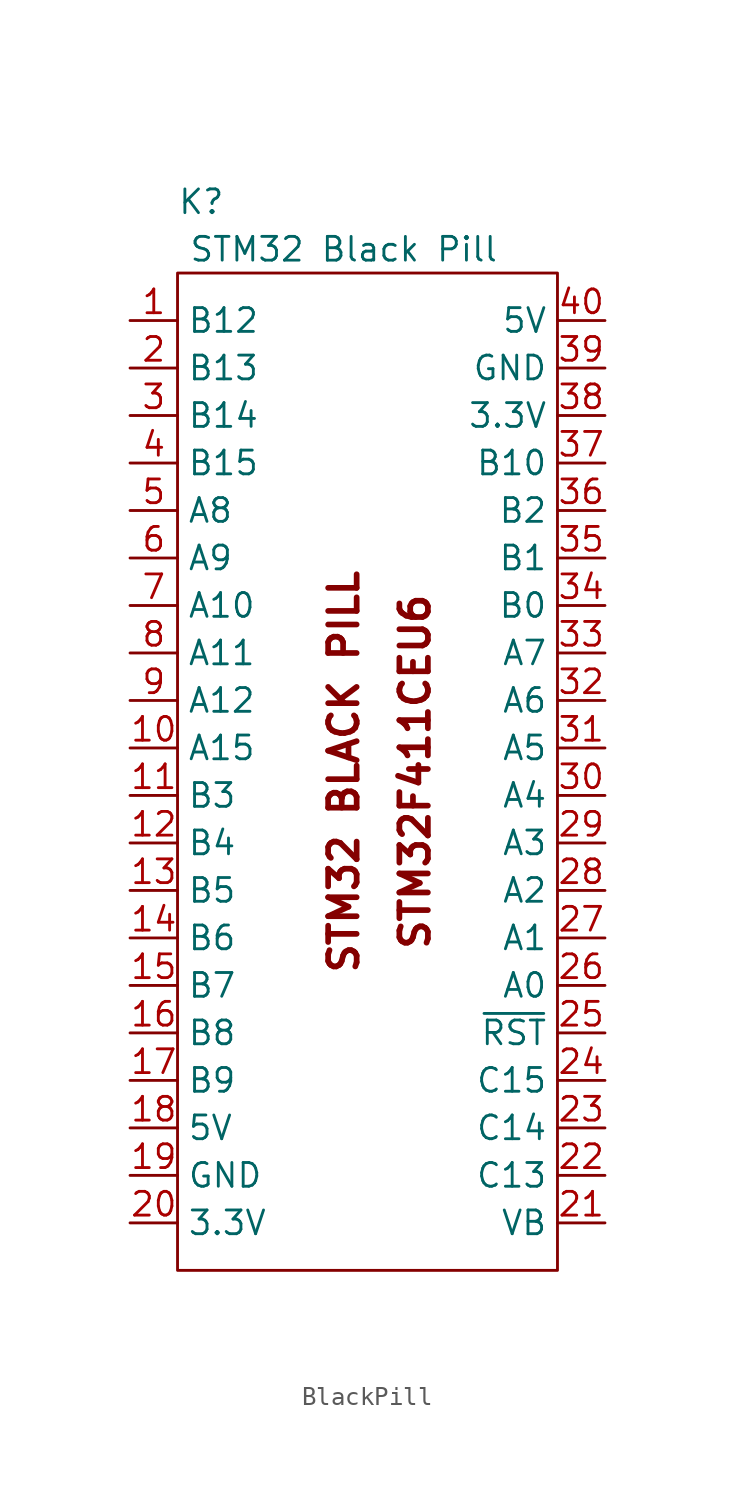
<source format=kicad_sym>
(kicad_symbol_lib
  (version 20220914)
  (generator kicad_symbol_editor)
  (symbol "BlackPill"
    (property "Reference" "K"
      (at -8.89 30.48 0)
      (effects (font (size 1.27 1.27))))
    (property "Value" "STM32 Black Pill"
      (at -1.27 27.94 0)
      (effects (font (size 1.27 1.27))))
    (symbol "BlackPill_1_1"
      (rectangle (start -10.16 26.67) (end 10.16 -26.67) (stroke (width 0) (type default)) (fill (type none)))
      (text "STM32 BLACK PILL" (at -1.27 0 900) (effects (font (size 1.524 1.524) bold)))
      (text "STM32F411CEU6" (at 2.54 0 900) (effects (font (size 1.524 1.524) bold)))
      (pin bidirectional line (at -12.7 24.13 0) (length 2.54) (name "B12" (effects (font (size 1.27 1.27)))) (number "1" (effects (font (size 1.27 1.27)))))
      (pin bidirectional line (at -12.7 1.27 0) (length 2.54) (name "A15" (effects (font (size 1.27 1.27)))) (number "10" (effects (font (size 1.27 1.27)))))
      (pin bidirectional line (at -12.7 -1.27 0) (length 2.54) (name "B3" (effects (font (size 1.27 1.27)))) (number "11" (effects (font (size 1.27 1.27)))))
      (pin bidirectional line (at -12.7 -3.81 0) (length 2.54) (name "B4" (effects (font (size 1.27 1.27)))) (number "12" (effects (font (size 1.27 1.27)))))
      (pin bidirectional line (at -12.7 -6.35 0) (length 2.54) (name "B5" (effects (font (size 1.27 1.27)))) (number "13" (effects (font (size 1.27 1.27)))))
      (pin bidirectional line (at -12.7 -8.89 0) (length 2.54) (name "B6" (effects (font (size 1.27 1.27)))) (number "14" (effects (font (size 1.27 1.27)))))
      (pin bidirectional line (at -12.7 -11.43 0) (length 2.54) (name "B7" (effects (font (size 1.27 1.27)))) (number "15" (effects (font (size 1.27 1.27)))))
      (pin bidirectional line (at -12.7 -13.97 0) (length 2.54) (name "B8" (effects (font (size 1.27 1.27)))) (number "16" (effects (font (size 1.27 1.27)))))
      (pin bidirectional line (at -12.7 -16.51 0) (length 2.54) (name "B9" (effects (font (size 1.27 1.27)))) (number "17" (effects (font (size 1.27 1.27)))))
      (pin power_in line (at -12.7 -19.05 0) (length 2.54) (name "5V" (effects (font (size 1.27 1.27)))) (number "18" (effects (font (size 1.27 1.27)))))
      (pin passive line (at -12.7 -21.59 0) (length 2.54) (name "GND" (effects (font (size 1.27 1.27)))) (number "19" (effects (font (size 1.27 1.27)))))
      (pin bidirectional line (at -12.7 21.59 0) (length 2.54) (name "B13" (effects (font (size 1.27 1.27)))) (number "2" (effects (font (size 1.27 1.27)))))
      (pin power_in line (at -12.7 -24.13 0) (length 2.54) (name "3.3V" (effects (font (size 1.27 1.27)))) (number "20" (effects (font (size 1.27 1.27)))))
      (pin power_in line (at 12.7 -24.13 180) (length 2.54) (name "VB" (effects (font (size 1.27 1.27)))) (number "21" (effects (font (size 1.27 1.27)))))
      (pin bidirectional line (at 12.7 -21.59 180) (length 2.54) (name "C13" (effects (font (size 1.27 1.27)))) (number "22" (effects (font (size 1.27 1.27)))))
      (pin bidirectional line (at 12.7 -19.05 180) (length 2.54) (name "C14" (effects (font (size 1.27 1.27)))) (number "23" (effects (font (size 1.27 1.27)))))
      (pin bidirectional line (at 12.7 -16.51 180) (length 2.54) (name "C15" (effects (font (size 1.27 1.27)))) (number "24" (effects (font (size 1.27 1.27)))))
      (pin bidirectional line (at 12.7 -13.97 180) (length 2.54) (name "~{RST}" (effects (font (size 1.27 1.27)))) (number "25" (effects (font (size 1.27 1.27)))))
      (pin bidirectional line (at 12.7 -11.43 180) (length 2.54) (name "A0" (effects (font (size 1.27 1.27)))) (number "26" (effects (font (size 1.27 1.27)))))
      (pin bidirectional line (at 12.7 -8.89 180) (length 2.54) (name "A1" (effects (font (size 1.27 1.27)))) (number "27" (effects (font (size 1.27 1.27)))))
      (pin bidirectional line (at 12.7 -6.35 180) (length 2.54) (name "A2" (effects (font (size 1.27 1.27)))) (number "28" (effects (font (size 1.27 1.27)))))
      (pin bidirectional line (at 12.7 -3.81 180) (length 2.54) (name "A3" (effects (font (size 1.27 1.27)))) (number "29" (effects (font (size 1.27 1.27)))))
      (pin bidirectional line (at -12.7 19.05 0) (length 2.54) (name "B14" (effects (font (size 1.27 1.27)))) (number "3" (effects (font (size 1.27 1.27)))))
      (pin bidirectional line (at 12.7 -1.27 180) (length 2.54) (name "A4" (effects (font (size 1.27 1.27)))) (number "30" (effects (font (size 1.27 1.27)))))
      (pin bidirectional line (at 12.7 1.27 180) (length 2.54) (name "A5" (effects (font (size 1.27 1.27)))) (number "31" (effects (font (size 1.27 1.27)))))
      (pin bidirectional line (at 12.7 3.81 180) (length 2.54) (name "A6" (effects (font (size 1.27 1.27)))) (number "32" (effects (font (size 1.27 1.27)))))
      (pin bidirectional line (at 12.7 6.35 180) (length 2.54) (name "A7" (effects (font (size 1.27 1.27)))) (number "33" (effects (font (size 1.27 1.27)))))
      (pin bidirectional line (at 12.7 8.89 180) (length 2.54) (name "B0" (effects (font (size 1.27 1.27)))) (number "34" (effects (font (size 1.27 1.27)))))
      (pin bidirectional line (at 12.7 11.43 180) (length 2.54) (name "B1" (effects (font (size 1.27 1.27)))) (number "35" (effects (font (size 1.27 1.27)))))
      (pin bidirectional line (at 12.7 13.97 180) (length 2.54) (name "B2" (effects (font (size 1.27 1.27)))) (number "36" (effects (font (size 1.27 1.27)))))
      (pin bidirectional line (at 12.7 16.51 180) (length 2.54) (name "B10" (effects (font (size 1.27 1.27)))) (number "37" (effects (font (size 1.27 1.27)))))
      (pin power_in line (at 12.7 19.05 180) (length 2.54) (name "3.3V" (effects (font (size 1.27 1.27)))) (number "38" (effects (font (size 1.27 1.27)))))
      (pin passive line (at 12.7 21.59 180) (length 2.54) (name "GND" (effects (font (size 1.27 1.27)))) (number "39" (effects (font (size 1.27 1.27)))))
      (pin bidirectional line (at -12.7 16.51 0) (length 2.54) (name "B15" (effects (font (size 1.27 1.27)))) (number "4" (effects (font (size 1.27 1.27)))))
      (pin passive line (at 12.7 24.13 180) (length 2.54) (name "5V" (effects (font (size 1.27 1.27)))) (number "40" (effects (font (size 1.27 1.27)))))
      (pin bidirectional line (at -12.7 13.97 0) (length 2.54) (name "A8" (effects (font (size 1.27 1.27)))) (number "5" (effects (font (size 1.27 1.27)))))
      (pin bidirectional line (at -12.7 11.43 0) (length 2.54) (name "A9" (effects (font (size 1.27 1.27)))) (number "6" (effects (font (size 1.27 1.27)))))
      (pin bidirectional line (at -12.7 8.89 0) (length 2.54) (name "A10" (effects (font (size 1.27 1.27)))) (number "7" (effects (font (size 1.27 1.27)))))
      (pin bidirectional line (at -12.7 6.35 0) (length 2.54) (name "A11" (effects (font (size 1.27 1.27)))) (number "8" (effects (font (size 1.27 1.27)))))
      (pin bidirectional line (at -12.7 3.81 0) (length 2.54) (name "A12" (effects (font (size 1.27 1.27)))) (number "9" (effects (font (size 1.27 1.27))))))))
</source>
